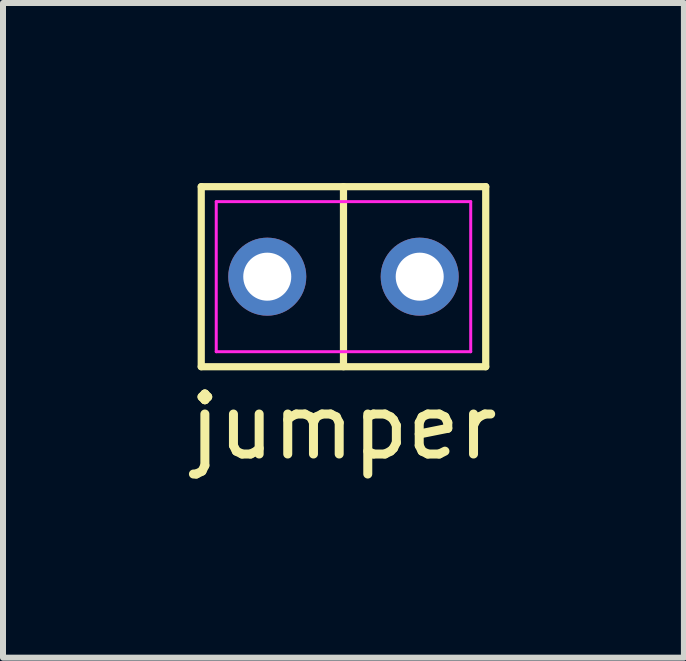
<source format=kicad_pcb>
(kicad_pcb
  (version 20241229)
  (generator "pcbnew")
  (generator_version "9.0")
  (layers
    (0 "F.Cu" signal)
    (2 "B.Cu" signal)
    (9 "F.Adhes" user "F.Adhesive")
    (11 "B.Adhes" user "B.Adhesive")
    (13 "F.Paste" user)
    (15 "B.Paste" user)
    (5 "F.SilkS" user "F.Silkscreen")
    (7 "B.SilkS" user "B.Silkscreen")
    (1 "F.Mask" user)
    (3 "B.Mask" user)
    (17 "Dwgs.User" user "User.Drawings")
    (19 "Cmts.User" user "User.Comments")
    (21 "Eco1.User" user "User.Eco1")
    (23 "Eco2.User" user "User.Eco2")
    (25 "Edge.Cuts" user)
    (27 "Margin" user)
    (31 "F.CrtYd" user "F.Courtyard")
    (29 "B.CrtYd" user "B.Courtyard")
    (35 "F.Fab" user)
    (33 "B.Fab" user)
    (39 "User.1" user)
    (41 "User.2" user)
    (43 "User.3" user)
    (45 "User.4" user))
  (footprint "jumper"
    (layer "F.Cu")
    (at 2.673 1.56)
    (property "Reference" "jumper" (at 0 2.5 0) (layer "F.SilkS") (effects (font (size 1 1) (thickness 0.15))))
    (attr through_hole)
    (fp_line (start -2.37 -1.5) (end 2.37 -1.5) (stroke (width 0.12) (type solid)) (layer "F.SilkS"))
    (fp_line (start -2.37 1.5) (end -2.37 -1.5) (stroke (width 0.12) (type solid)) (layer "F.SilkS"))
    (fp_line (start 0 -1.5) (end 0 1.5) (stroke (width 0.12) (type solid)) (layer "F.SilkS"))
    (fp_line (start 2.37 -1.5) (end 2.37 1.5) (stroke (width 0.12) (type solid)) (layer "F.SilkS"))
    (fp_line (start 2.37 1.5) (end -2.37 1.5) (stroke (width 0.12) (type solid)) (layer "F.SilkS"))
    (fp_line (start -2.12 -1.25) (end 2.12 -1.25) (stroke (width 0.05) (type solid)) (layer "F.CrtYd"))
    (fp_line (start -2.12 1.25) (end -2.12 -1.25) (stroke (width 0.05) (type solid)) (layer "F.CrtYd"))
    (fp_line (start 2.12 -1.25) (end 2.12 1.25) (stroke (width 0.05) (type solid)) (layer "F.CrtYd"))
    (fp_line (start 2.12 1.25) (end -2.12 1.25) (stroke (width 0.05) (type solid)) (layer "F.CrtYd"))
    (pad "1" thru_hole circle (at -1.27 0) (size 1.3 1.3) (drill 0.8) (layers "*.Cu" "*.Mask"))
    (pad "2" thru_hole circle (at 1.27 0) (size 1.3 1.3) (drill 0.8) (layers "*.Cu" "*.Mask")))
  (gr_rect
    (start -3 -3)
    (end 8.345 7.908)
    (stroke (width 0.1) (type default))
    (fill no)
    (layer "Edge.Cuts")))
</source>
